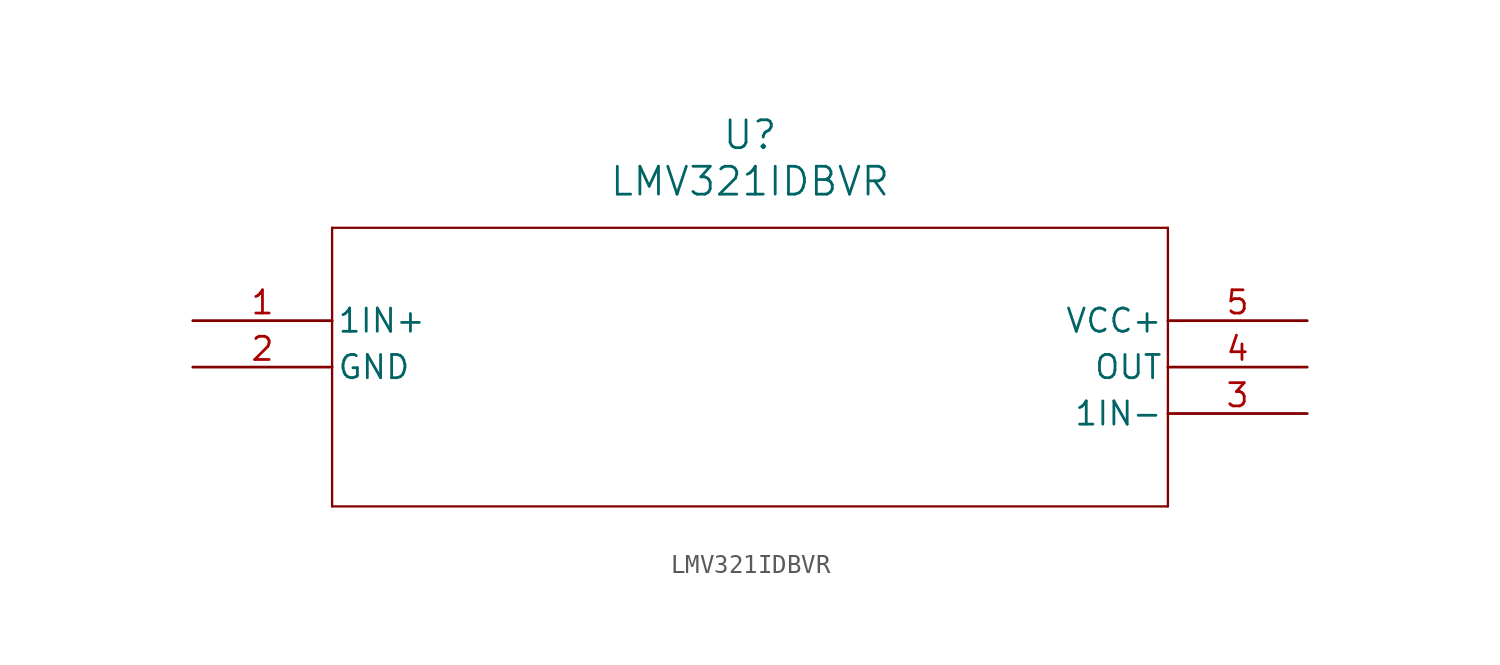
<source format=kicad_sym>
(kicad_symbol_lib
  (version 20211014)
  (generator kicad_symbol_editor)
  (symbol "LMV321IDBVR"
    (pin_names
      (offset 0.254))
    (property "Reference" "U"
      (at 30.48 10.16 0)
      (effects (font (size 1.524 1.524))))
    (property "Value" "LMV321IDBVR"
      (at 30.48 7.62 0)
      (effects (font (size 1.524 1.524))))
    (symbol "LMV321IDBVR_0_1"
      (polyline (pts (xy 7.62 5.08) (xy 7.62 -10.16)) (stroke (width 0.127) (type default) (color 0 0 0 0)) (fill (type none)))
      (polyline (pts (xy 7.62 -10.16) (xy 53.34 -10.16)) (stroke (width 0.127) (type default) (color 0 0 0 0)) (fill (type none)))
      (polyline (pts (xy 53.34 -10.16) (xy 53.34 5.08)) (stroke (width 0.127) (type default) (color 0 0 0 0)) (fill (type none)))
      (polyline (pts (xy 53.34 5.08) (xy 7.62 5.08)) (stroke (width 0.127) (type default) (color 0 0 0 0)) (fill (type none)))
      (pin input line (at 0 0 0) (length 7.62) (name "1IN+" (effects (font (size 1.27 1.27)))) (number "1" (effects (font (size 1.27 1.27)))))
      (pin power_in line (at 0 -2.54 0) (length 7.62) (name "GND" (effects (font (size 1.27 1.27)))) (number "2" (effects (font (size 1.27 1.27)))))
      (pin input line (at 60.96 -5.08 180) (length 7.62) (name "1IN-" (effects (font (size 1.27 1.27)))) (number "3" (effects (font (size 1.27 1.27)))))
      (pin output line (at 60.96 -2.54 180) (length 7.62) (name "OUT" (effects (font (size 1.27 1.27)))) (number "4" (effects (font (size 1.27 1.27)))))
      (pin power_in line (at 60.96 0 180) (length 7.62) (name "VCC+" (effects (font (size 1.27 1.27)))) (number "5" (effects (font (size 1.27 1.27))))))))
</source>
